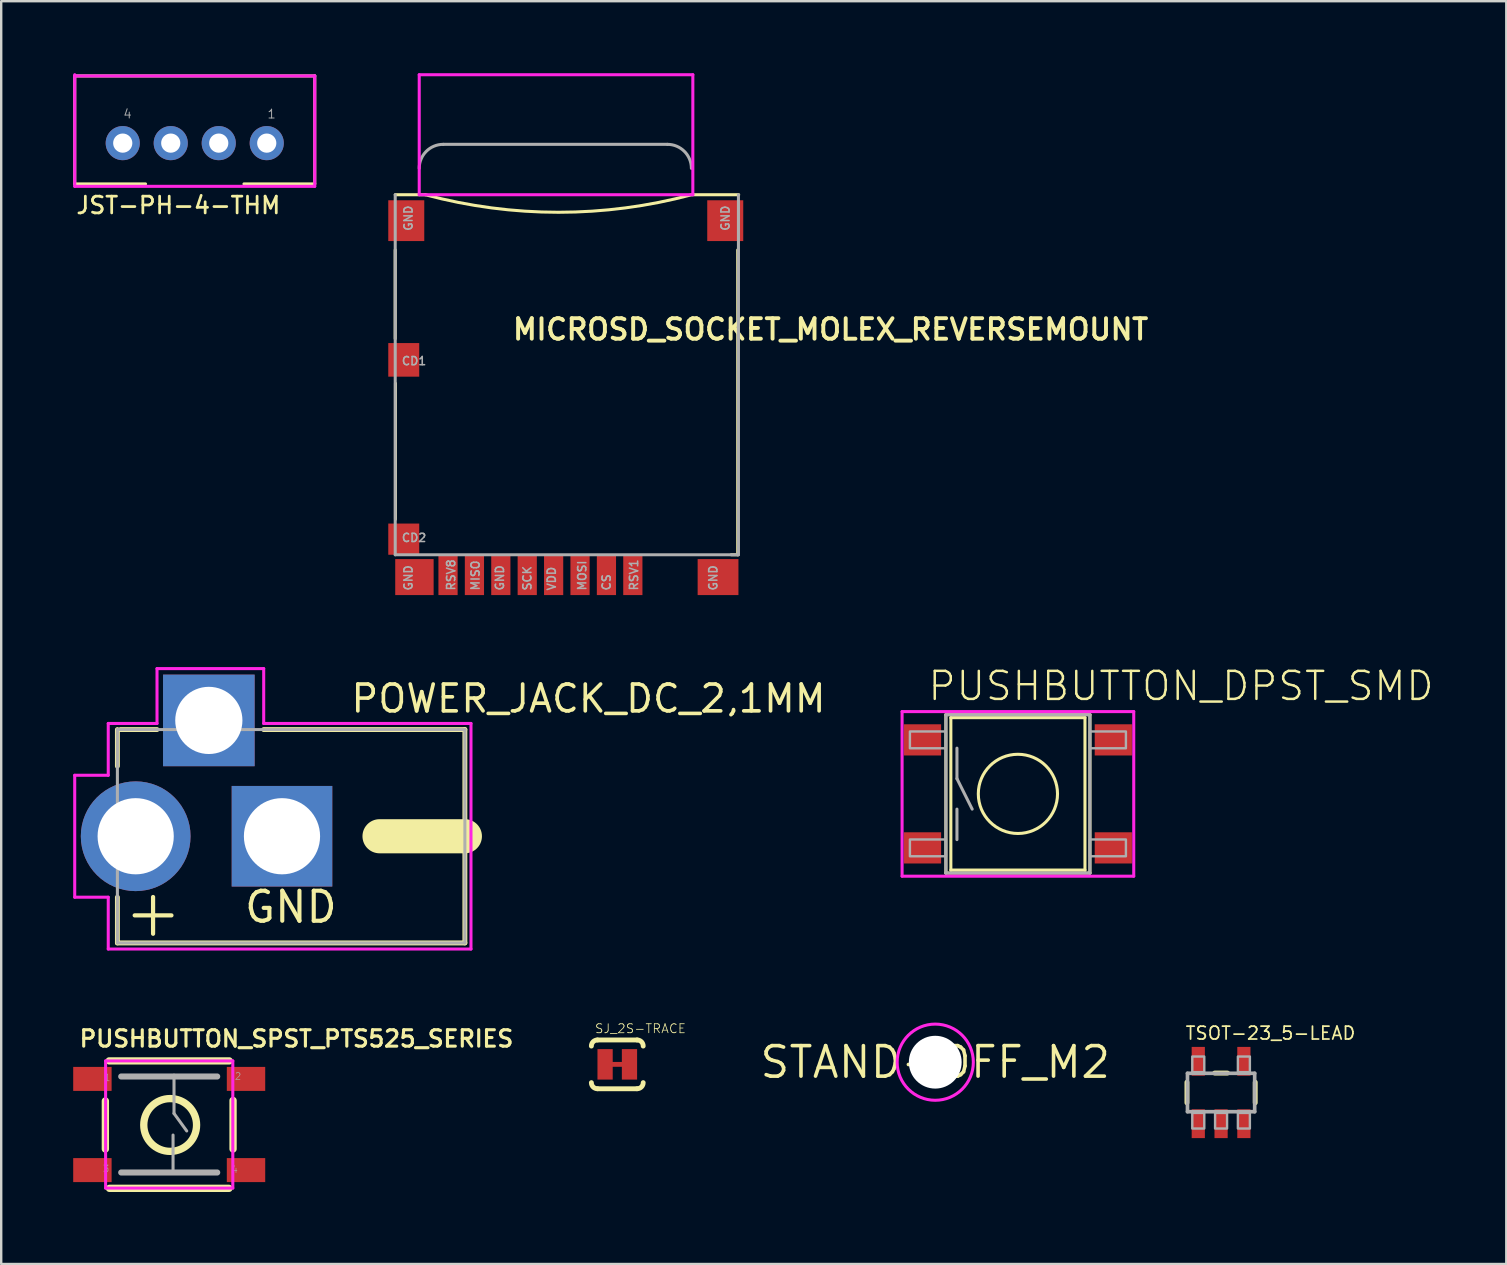
<source format=kicad_pcb>
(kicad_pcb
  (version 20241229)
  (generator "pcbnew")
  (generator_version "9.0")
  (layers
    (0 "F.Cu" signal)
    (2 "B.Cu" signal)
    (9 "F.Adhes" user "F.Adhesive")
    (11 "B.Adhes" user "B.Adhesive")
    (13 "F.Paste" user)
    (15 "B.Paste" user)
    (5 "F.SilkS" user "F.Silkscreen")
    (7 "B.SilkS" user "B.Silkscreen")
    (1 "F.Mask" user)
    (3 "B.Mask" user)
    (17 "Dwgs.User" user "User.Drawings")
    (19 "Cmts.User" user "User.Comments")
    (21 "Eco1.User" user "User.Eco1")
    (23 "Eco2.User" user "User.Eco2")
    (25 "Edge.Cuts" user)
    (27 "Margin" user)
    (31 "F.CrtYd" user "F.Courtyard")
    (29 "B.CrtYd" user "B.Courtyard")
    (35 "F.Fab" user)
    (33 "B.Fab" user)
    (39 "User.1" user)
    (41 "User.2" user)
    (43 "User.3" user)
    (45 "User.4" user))
  (footprint "SJ_2S-TRACE"
    (layer "F.Cu")
    (at 22.669 41.296)
    (property "Reference" "SJ_2S-TRACE" (at -0.953 -1.27 0) (layer "F.SilkS") (effects (font (size 0.374 0.374) (thickness 0.033)) (justify left bottom)))
    (fp_line (start -0.381 0) (end 0.381 0) (stroke (width 0.203) (type solid)) (layer "F.Cu"))
    (fp_poly (pts (xy -0.254 0.254) (xy 0.254 0.254) (xy 0.254 -0.254) (xy -0.254 -0.254)) (stroke (width 0) (type solid)) (fill yes) (layer "F.Mask"))
    (fp_line (start -0.826 -1.016) (end 0.826 -1.016) (stroke (width 0.203) (type solid)) (layer "F.SilkS"))
    (fp_line (start 0.826 1.016) (end -0.826 1.016) (stroke (width 0.203) (type solid)) (layer "F.SilkS"))
    (fp_arc (start -1.0795 -0.762) (mid -1.005105 -0.941605) (end -0.8255 -1.016) (stroke (width 0.2032) (type solid)) (layer "F.SilkS"))
    (fp_arc (start -0.8255 1.016) (mid -1.005105 0.941605) (end -1.0795 0.762) (stroke (width 0.2032) (type solid)) (layer "F.SilkS"))
    (fp_arc (start 0.8255 -1.016) (mid 1.005105 -0.941605) (end 1.0795 -0.762) (stroke (width 0.2032) (type solid)) (layer "F.SilkS"))
    (fp_arc (start 1.0795 0.762) (mid 1.005105 0.941605) (end 0.8255 1.016) (stroke (width 0.2032) (type solid)) (layer "F.SilkS"))
    (pad "1" smd rect (at -0.508 0) (size 0.635 1.27) (layers "F.Cu" "F.Mask"))
    (pad "2" smd rect (at 0.508 0) (size 0.635 1.27) (layers "F.Cu" "F.Mask")))
  (footprint "TSOT-23_5-LEAD"
    (layer "F.Cu")
    (at 47.826 42.469)
    (property "Reference" "TSOT-23_5-LEAD" (at -1.524 -2.159 0) (layer "F.SilkS") (effects (font (size 0.536 0.536) (thickness 0.073)) (justify left bottom)))
    (fp_line (start -1.422 0.429) (end -1.422 -0.429) (stroke (width 0.203) (type solid)) (layer "F.SilkS"))
    (fp_line (start -0.268 -0.81) (end 0.268 -0.81) (stroke (width 0.203) (type solid)) (layer "F.SilkS"))
    (fp_line (start 1.422 -0.429) (end 1.422 0.429) (stroke (width 0.203) (type solid)) (layer "F.SilkS"))
    (fp_line (start -1.4 -0.8) (end -1.4 0.8) (stroke (width 0.152) (type solid)) (layer "F.Fab"))
    (fp_line (start -1.4 -0.8) (end 1.4 -0.8) (stroke (width 0.152) (type solid)) (layer "F.Fab"))
    (fp_line (start 1.4 -0.8) (end 1.4 0.8) (stroke (width 0.152) (type solid)) (layer "F.Fab"))
    (fp_line (start 1.4 0.8) (end -1.4 0.8) (stroke (width 0.152) (type solid)) (layer "F.Fab"))
    (fp_poly (pts (xy -1.2 -0.85) (xy -0.7 -0.85) (xy -0.7 -1.5) (xy -1.2 -1.5)) (stroke (width 0.1) (type solid)) (fill no) (layer "F.Fab"))
    (fp_poly (pts (xy -1.2 1.5) (xy -0.7 1.5) (xy -0.7 0.85) (xy -1.2 0.85)) (stroke (width 0.1) (type solid)) (fill no) (layer "F.Fab"))
    (fp_poly (pts (xy -0.25 1.5) (xy 0.25 1.5) (xy 0.25 0.85) (xy -0.25 0.85)) (stroke (width 0.1) (type solid)) (fill no) (layer "F.Fab"))
    (fp_poly (pts (xy 0.7 -0.85) (xy 1.2 -0.85) (xy 1.2 -1.5) (xy 0.7 -1.5)) (stroke (width 0.1) (type solid)) (fill no) (layer "F.Fab"))
    (fp_poly (pts (xy 0.7 1.5) (xy 1.2 1.5) (xy 1.2 0.85) (xy 0.7 0.85)) (stroke (width 0.1) (type solid)) (fill no) (layer "F.Fab"))
    (pad "1" smd rect (at -0.95 1.3) (size 0.55 1.2) (layers "F.Cu" "F.Mask" "F.Paste"))
    (pad "2" smd rect (at 0 1.3) (size 0.55 1.2) (layers "F.Cu" "F.Mask" "F.Paste"))
    (pad "3" smd rect (at 0.95 1.3) (size 0.55 1.2) (layers "F.Cu" "F.Mask" "F.Paste"))
    (pad "4" smd rect (at 0.95 -1.3) (size 0.55 1.2) (layers "F.Cu" "F.Mask" "F.Paste"))
    (pad "5" smd rect (at -0.95 -1.3) (size 0.55 1.2) (layers "F.Cu" "F.Mask" "F.Paste")))
  (footprint "JST-PH-4-THM"
    (layer "F.Cu")
    (at 5.064 2.913)
    (property "Reference" "JST-PH-4-THM" (at -5 3 0) (layer "F.SilkS") (effects (font (size 0.699 0.699) (thickness 0.114)) (justify left bottom)))
    (fp_line (start -5 -2.8) (end 5 -2.8) (stroke (width 0.127) (type solid)) (layer "F.SilkS"))
    (fp_line (start -5 1.7) (end -5 -2.8) (stroke (width 0.127) (type solid)) (layer "F.SilkS"))
    (fp_line (start -2.05 1.7) (end -5 1.7) (stroke (width 0.127) (type solid)) (layer "F.SilkS"))
    (fp_line (start 5 -2.8) (end 5 1.7) (stroke (width 0.127) (type solid)) (layer "F.SilkS"))
    (fp_line (start 5 1.7) (end 2.05 1.7) (stroke (width 0.127) (type solid)) (layer "F.SilkS"))
    (fp_line (start -5 -2.8) (end 5 -2.8) (stroke (width 0.127) (type solid)) (layer "F.CrtYd"))
    (fp_line (start -5 1.8) (end -5 -2.85) (stroke (width 0.127) (type solid)) (layer "F.CrtYd"))
    (fp_line (start 5 -2.8) (end 5 1.8) (stroke (width 0.127) (type solid)) (layer "F.CrtYd"))
    (fp_line (start 5 1.8) (end -5 1.8) (stroke (width 0.127) (type solid)) (layer "F.CrtYd"))
    (fp_text user "4" (at -3 -1 0) (layer "F.Fab") (effects (font (size 0.366 0.366) (thickness 0.041)) (justify left bottom)))
    (fp_text user "1" (at 3 -1 0) (layer "F.Fab") (effects (font (size 0.366 0.366) (thickness 0.041)) (justify left bottom)))
    (pad "1" thru_hole circle (at 3 0 180) (size 1.422 1.422) (drill 0.8) (layers "*.Cu" "*.Mask"))
    (pad "2" thru_hole circle (at 1 0 180) (size 1.422 1.422) (drill 0.8) (layers "*.Cu" "*.Mask"))
    (pad "3" thru_hole circle (at -1 0 180) (size 1.422 1.422) (drill 0.8) (layers "*.Cu" "*.Mask"))
    (pad "4" thru_hole circle (at -3 0 180) (size 1.422 1.422) (drill 0.8) (layers "*.Cu" "*.Mask")))
  (footprint "PUSHBUTTON_DPST_SMD"
    (layer "F.Cu")
    (at 39.361 30.027)
    (property "Reference" "PUSHBUTTON_DPST_SMD" (at -3.81 -3.81 0) (layer "F.SilkS") (effects (font (size 1.168 1.168) (thickness 0.102)) (justify left bottom)))
    (fp_line (start -3 -3.3) (end 3 -3.3) (stroke (width 0.127) (type solid)) (layer "F.SilkS"))
    (fp_line (start -3 3.3) (end -3 -3.3) (stroke (width 0.127) (type solid)) (layer "F.SilkS"))
    (fp_line (start -2.794 -3.175) (end 2.794 -3.175) (stroke (width 0.127) (type solid)) (layer "F.SilkS"))
    (fp_line (start -2.794 3.175) (end -2.794 -3.175) (stroke (width 0.127) (type solid)) (layer "F.SilkS"))
    (fp_line (start 2.794 -3.175) (end 2.794 3.175) (stroke (width 0.127) (type solid)) (layer "F.SilkS"))
    (fp_line (start 2.794 3.175) (end -2.794 3.175) (stroke (width 0.127) (type solid)) (layer "F.SilkS"))
    (fp_line (start 3 -3.3) (end 3 3.3) (stroke (width 0.127) (type solid)) (layer "F.SilkS"))
    (fp_line (start 3 3.3) (end -3 3.3) (stroke (width 0.127) (type solid)) (layer "F.SilkS"))
    (fp_circle (center 0 0) (end 1.65 0) (stroke (width 0.127) (type solid)) (fill no) (layer "F.SilkS"))
    (fp_line (start -4.826 -3.429) (end 4.826 -3.429) (stroke (width 0.127) (type solid)) (layer "F.CrtYd"))
    (fp_line (start -4.826 3.429) (end -4.826 -3.429) (stroke (width 0.127) (type solid)) (layer "F.CrtYd"))
    (fp_line (start 4.826 -3.429) (end 4.826 3.429) (stroke (width 0.127) (type solid)) (layer "F.CrtYd"))
    (fp_line (start 4.826 3.429) (end -4.826 3.429) (stroke (width 0.127) (type solid)) (layer "F.CrtYd"))
    (fp_line (start -3 -3.3) (end -3 3.3) (stroke (width 0.127) (type solid)) (layer "F.Fab"))
    (fp_line (start -3 3.3) (end 3 3.3) (stroke (width 0.127) (type solid)) (layer "F.Fab"))
    (fp_line (start -2.54 -1.905) (end -2.54 -0.635) (stroke (width 0.127) (type solid)) (layer "F.Fab"))
    (fp_line (start -2.54 -0.635) (end -1.905 0.635) (stroke (width 0.127) (type solid)) (layer "F.Fab"))
    (fp_line (start -2.54 1.905) (end -2.54 0.635) (stroke (width 0.127) (type solid)) (layer "F.Fab"))
    (fp_line (start 3 -3.3) (end -3 -3.3) (stroke (width 0.127) (type solid)) (layer "F.Fab"))
    (fp_line (start 3 3.3) (end 3 -3.3) (stroke (width 0.127) (type solid)) (layer "F.Fab"))
    (fp_poly (pts (xy -4.5 -1.9) (xy -3 -1.9) (xy -3 -2.6) (xy -4.5 -2.6)) (stroke (width 0.1) (type solid)) (fill no) (layer "F.Fab"))
    (fp_poly (pts (xy -4.5 2.6) (xy -3 2.6) (xy -3 1.9) (xy -4.5 1.9)) (stroke (width 0.1) (type solid)) (fill no) (layer "F.Fab"))
    (fp_poly (pts (xy 3 -1.9) (xy 4.5 -1.9) (xy 4.5 -2.6) (xy 3 -2.6)) (stroke (width 0.1) (type solid)) (fill no) (layer "F.Fab"))
    (fp_poly (pts (xy 3 2.6) (xy 4.5 2.6) (xy 4.5 1.9) (xy 3 1.9)) (stroke (width 0.1) (type solid)) (fill no) (layer "F.Fab"))
    (pad "P" smd rect (at 3.975 2.25) (size 1.55 1.3) (layers "F.Cu" "F.Mask" "F.Paste"))
    (pad "P$1" smd rect (at -3.975 2.25) (size 1.55 1.3) (layers "F.Cu" "F.Mask" "F.Paste"))
    (pad "S" smd rect (at 3.975 -2.25) (size 1.55 1.3) (layers "F.Cu" "F.Mask" "F.Paste"))
    (pad "S$1" smd rect (at -3.975 -2.25) (size 1.55 1.3) (layers "F.Cu" "F.Mask" "F.Paste")))
  (footprint "POWER_JACK_DC_2,1MM"
    (layer "F.Cu")
    (at 2.603 31.792)
    (property "Reference" "POWER_JACK_DC_2,1MM" (at 8.89 -5.08 0) (layer "F.SilkS") (effects (font (size 1.118 1.118) (thickness 0.152)) (justify left bottom)))
    (fp_line (start -0.762 -4.445) (end -0.762 -2.921) (stroke (width 0.203) (type solid)) (layer "F.SilkS"))
    (fp_line (start -0.762 2.54) (end -0.762 4.445) (stroke (width 0.203) (type solid)) (layer "F.SilkS"))
    (fp_line (start -0.762 4.445) (end 13.716 4.445) (stroke (width 0.203) (type solid)) (layer "F.SilkS"))
    (fp_line (start -0.635 -4.445) (end 0.889 -4.445) (stroke (width 0.203) (type solid)) (layer "F.SilkS"))
    (fp_line (start 10.16 0) (end 13.716 0) (stroke (width 1.422) (type solid)) (layer "F.SilkS"))
    (fp_line (start 13.716 -4.445) (end 5.334 -4.445) (stroke (width 0.203) (type solid)) (layer "F.SilkS"))
    (fp_line (start 13.716 0) (end 13.716 -4.445) (stroke (width 0.203) (type solid)) (layer "F.SilkS"))
    (fp_line (start 13.716 4.445) (end 13.716 0) (stroke (width 0.203) (type solid)) (layer "F.SilkS"))
    (fp_line (start -2.54 -2.54) (end -1.143 -2.54) (stroke (width 0.127) (type solid)) (layer "F.CrtYd"))
    (fp_line (start -2.54 2.54) (end -2.54 -2.54) (stroke (width 0.127) (type solid)) (layer "F.CrtYd"))
    (fp_line (start -2.54 2.54) (end -1.143 2.54) (stroke (width 0.127) (type solid)) (layer "F.CrtYd"))
    (fp_line (start -1.143 -4.699) (end 0.889 -4.699) (stroke (width 0.127) (type solid)) (layer "F.CrtYd"))
    (fp_line (start -1.143 -2.54) (end -1.143 -4.699) (stroke (width 0.127) (type solid)) (layer "F.CrtYd"))
    (fp_line (start -1.143 2.54) (end -1.143 4.699) (stroke (width 0.127) (type solid)) (layer "F.CrtYd"))
    (fp_line (start 0.889 -6.985) (end 5.334 -6.985) (stroke (width 0.127) (type solid)) (layer "F.CrtYd"))
    (fp_line (start 0.889 -4.699) (end 0.889 -6.985) (stroke (width 0.127) (type solid)) (layer "F.CrtYd"))
    (fp_line (start 5.334 -6.985) (end 5.334 -4.699) (stroke (width 0.127) (type solid)) (layer "F.CrtYd"))
    (fp_line (start 5.334 -4.699) (end 13.97 -4.699) (stroke (width 0.127) (type solid)) (layer "F.CrtYd"))
    (fp_line (start 13.97 -4.699) (end 13.97 4.699) (stroke (width 0.127) (type solid)) (layer "F.CrtYd"))
    (fp_line (start 13.97 4.699) (end -1.143 4.699) (stroke (width 0.127) (type solid)) (layer "F.CrtYd"))
    (fp_line (start -0.762 -4.445) (end 13.716 -4.445) (stroke (width 0.127) (type solid)) (layer "F.Fab"))
    (fp_line (start -0.762 4.445) (end -0.762 -4.445) (stroke (width 0.127) (type solid)) (layer "F.Fab"))
    (fp_line (start 13.716 -4.445) (end 13.716 4.445) (stroke (width 0.127) (type solid)) (layer "F.Fab"))
    (fp_line (start 13.716 4.445) (end -0.762 4.445) (stroke (width 0.127) (type solid)) (layer "F.Fab"))
    (fp_text user "GND" (at 4.445 3.683 0) (layer "F.SilkS") (effects (font (size 1.252 1.252) (thickness 0.171)) (justify left bottom)))
    (fp_text user "+" (at -0.635 4.318 0) (layer "F.SilkS") (effects (font (size 2.01 2.01) (thickness 0.175)) (justify left bottom)))
    (pad "P$1" thru_hole circle (at 0 0 90) (size 4.572 4.572) (drill 3.175) (layers "*.Cu" "*.Mask"))
    (pad "P$2" thru_hole rect (at 6.096 0) (size 4.191 4.191) (drill 3.175) (layers "*.Cu" "*.Mask"))
    (pad "P$3" thru_hole rect (at 3.048 -4.826) (size 3.816 3.816) (drill 2.8) (layers "*.Cu" "*.Mask")))
  (footprint "PUSHBUTTON_SPST_PTS525_SERIES"
    (layer "F.Cu")
    (at 4 43.802)
    (property "Reference" "PUSHBUTTON_SPST_PTS525_SERIES" (at -3.81 -3.175 0) (layer "F.SilkS") (effects (font (size 0.683 0.683) (thickness 0.13)) (justify left bottom)))
    (fp_line (start -2.66 1.02) (end -2.66 -0.98) (stroke (width 0.305) (type solid)) (layer "F.SilkS"))
    (fp_line (start -2.5 -2.65) (end 2.5 -2.65) (stroke (width 0.305) (type solid)) (layer "F.SilkS"))
    (fp_line (start -2.49 2.66) (end 2.49 2.66) (stroke (width 0.305) (type solid)) (layer "F.SilkS"))
    (fp_line (start 2.5 -2.65) (end 2.5 -2.64) (stroke (width 0.127) (type solid)) (layer "F.SilkS"))
    (fp_line (start 2.66 1.02) (end 2.66 -1) (stroke (width 0.305) (type solid)) (layer "F.SilkS"))
    (fp_circle (center 0.04 0.02) (end 1.14 0.02) (stroke (width 0.305) (type solid)) (fill no) (layer "F.SilkS"))
    (fp_line (start -2.65 -2.65) (end 2.65 -2.65) (stroke (width 0.127) (type solid)) (layer "F.CrtYd"))
    (fp_line (start -2.65 2.65) (end -2.65 -2.65) (stroke (width 0.127) (type solid)) (layer "F.CrtYd"))
    (fp_line (start 2.65 -2.65) (end 2.65 2.65) (stroke (width 0.127) (type solid)) (layer "F.CrtYd"))
    (fp_line (start 2.65 2.65) (end -2.65 2.65) (stroke (width 0.127) (type solid)) (layer "F.CrtYd"))
    (fp_line (start -2 -2) (end 2 -2) (stroke (width 0.254) (type solid)) (layer "F.Fab"))
    (fp_line (start -2 2) (end 2 2) (stroke (width 0.254) (type solid)) (layer "F.Fab"))
    (fp_line (start 0.16 2.01) (end 0.16 0.44) (stroke (width 0.127) (type solid)) (layer "F.Fab"))
    (fp_line (start 0.2 -2.055) (end 0.2 -0.46) (stroke (width 0.127) (type solid)) (layer "F.Fab"))
    (fp_line (start 0.2 -0.46) (end 0.73 0.27) (stroke (width 0.127) (type solid)) (layer "F.Fab"))
    (fp_text user "2" (at 2.72 -1.845 0) (layer "F.Fab") (effects (font (size 0.28 0.28) (thickness 0.024)) (justify left bottom)))
    (fp_text user "1" (at -2.73 -1.785 0) (layer "F.Fab") (effects (font (size 0.28 0.28) (thickness 0.024)) (justify left bottom)))
    (fp_text user "4" (at 2.58 2.04 0) (layer "F.Fab") (effects (font (size 0.28 0.28) (thickness 0.024)) (justify left bottom)))
    (fp_text user "3" (at -2.78 2.005 0) (layer "F.Fab") (effects (font (size 0.28 0.28) (thickness 0.024)) (justify left bottom)))
    (pad "P$1" smd rect (at -3.2 -1.9) (size 1.6 1) (layers "F.Cu" "F.Mask" "F.Paste"))
    (pad "P$2" smd rect (at 3.2 -1.9) (size 1.6 1) (layers "F.Cu" "F.Mask" "F.Paste"))
    (pad "P$3" smd rect (at -3.2 1.9) (size 1.6 1) (layers "F.Cu" "F.Mask" "F.Paste"))
    (pad "P$4" smd rect (at 3.2 1.9) (size 1.6 1) (layers "F.Cu" "F.Mask" "F.Paste")))
  (footprint "STAND-OFF_M2"
    (layer "F.Cu")
    (at 35.917 41.206)
    (property "Reference" "STAND-OFF_M2" (at 0 0 0) (layer "F.SilkS") (effects (font (size 1.27 1.27) (thickness 0.15))))
    (fp_circle (center 0 0) (end 1.587 0) (stroke (width 0.127) (type solid)) (fill no) (layer "F.CrtYd"))
    (pad "" np_thru_hole circle (at 0 0) (size 2.2 2.2) (drill 2.2) (layers "*.Cu" "*.Mask")))
  (footprint "MICROSD_SOCKET_MOLEX_REVERSEMOUNT"
    (layer "F.Cu")
    (at 14.417 20.064)
    (property "Reference" "MICROSD_SOCKET_MOLEX_REVERSEMOUNT" (at 3.81 -8.89 0) (layer "F.SilkS") (effects (font (size 0.853 0.853) (thickness 0.163)) (justify left bottom)))
    (fp_line (start -1 -15) (end 0.254 -15) (stroke (width 0.127) (type solid)) (layer "F.SilkS"))
    (fp_line (start -1 -9) (end -1 -12.7) (stroke (width 0.127) (type solid)) (layer "F.SilkS"))
    (fp_line (start -0.99 -1.48) (end -0.99 -7.14) (stroke (width 0.127) (type solid)) (layer "F.SilkS"))
    (fp_line (start 11.38 -15) (end 13.31 -15) (stroke (width 0.127) (type solid)) (layer "F.SilkS"))
    (fp_line (start 13 0) (end 13.27 0) (stroke (width 0.127) (type solid)) (layer "F.SilkS"))
    (fp_line (start 13.27 0) (end 13.27 -12.7) (stroke (width 0.127) (type solid)) (layer "F.SilkS"))
    (fp_arc (start 11.35 -15) (mid 5.802 -14.269592) (end 0.254 -15) (stroke (width 0.127) (type solid)) (layer "F.SilkS"))
    (fp_line (start 0 -20) (end 11.4 -20) (stroke (width 0.127) (type solid)) (layer "F.CrtYd"))
    (fp_line (start 0 -15) (end 0 -20) (stroke (width 0.127) (type solid)) (layer "F.CrtYd"))
    (fp_line (start 11.4 -20) (end 11.4 -15) (stroke (width 0.127) (type solid)) (layer "F.CrtYd"))
    (fp_line (start 11.4 -15) (end 0 -15) (stroke (width 0.127) (type solid)) (layer "F.CrtYd"))
    (fp_line (start -1 0) (end -1 -15) (stroke (width 0.127) (type solid)) (layer "F.Fab"))
    (fp_line (start -1 0) (end 13.3 0) (stroke (width 0.127) (type solid)) (layer "F.Fab"))
    (fp_line (start 1 -17.1) (end 10.34 -17.1) (stroke (width 0.127) (type solid)) (layer "F.Fab"))
    (fp_line (start 13.3 0) (end 13.3 -15) (stroke (width 0.127) (type solid)) (layer "F.Fab"))
    (fp_arc (start 0 -16.1) (mid 0.292893 -16.807107) (end 1 -17.1) (stroke (width 0.127) (type solid)) (layer "F.Fab"))
    (fp_arc (start 10.34 -17.1) (mid 11.047107 -16.807107) (end 11.34 -16.1) (stroke (width 0.127) (type solid)) (layer "F.Fab"))
    (fp_text user "GND" (at 12.446 1.524 90) (layer "F.Fab") (effects (font (size 0.341 0.341) (thickness 0.065)) (justify left bottom)))
    (fp_text user "GND" (at -0.254 -13.462 90) (layer "F.Fab") (effects (font (size 0.341 0.341) (thickness 0.065)) (justify left bottom)))
    (fp_text user "MISO" (at 2.54 1.524 90) (layer "F.Fab") (effects (font (size 0.341 0.341) (thickness 0.065)) (justify left bottom)))
    (fp_text user "RSV8" (at 1.524 1.524 90) (layer "F.Fab") (effects (font (size 0.341 0.341) (thickness 0.065)) (justify left bottom)))
    (fp_text user "VDD" (at 5.715 1.524 90) (layer "F.Fab") (effects (font (size 0.341 0.341) (thickness 0.065)) (justify left bottom)))
    (fp_text user "GND" (at 3.556 1.524 90) (layer "F.Fab") (effects (font (size 0.341 0.341) (thickness 0.065)) (justify left bottom)))
    (fp_text user "RSV1" (at 9.144 1.524 90) (layer "F.Fab") (effects (font (size 0.341 0.341) (thickness 0.065)) (justify left bottom)))
    (fp_text user "MOSI" (at 6.985 1.524 90) (layer "F.Fab") (effects (font (size 0.341 0.341) (thickness 0.065)) (justify left bottom)))
    (fp_text user "CD1" (at -0.762 -7.874 0) (layer "F.Fab") (effects (font (size 0.341 0.341) (thickness 0.065)) (justify left bottom)))
    (fp_text user "GND" (at -0.254 1.524 90) (layer "F.Fab") (effects (font (size 0.341 0.341) (thickness 0.065)) (justify left bottom)))
    (fp_text user "CD2" (at -0.762 -0.508 0) (layer "F.Fab") (effects (font (size 0.341 0.341) (thickness 0.065)) (justify left bottom)))
    (fp_text user "GND" (at 12.954 -13.462 90) (layer "F.Fab") (effects (font (size 0.341 0.341) (thickness 0.065)) (justify left bottom)))
    (fp_text user "SCK" (at 4.699 1.524 90) (layer "F.Fab") (effects (font (size 0.341 0.341) (thickness 0.065)) (justify left bottom)))
    (fp_text user "CS" (at 8.001 1.524 90) (layer "F.Fab") (effects (font (size 0.341 0.341) (thickness 0.065)) (justify left bottom)))
    (pad "CARD_DETECT1" smd rect (at -0.645 -8.12) (size 1.29 1.4) (layers "F.Cu" "F.Mask" "F.Paste"))
    (pad "CARD_DETECT2" smd rect (at -0.645 -0.65) (size 1.29 1.3) (layers "F.Cu" "F.Mask" "F.Paste"))
    (pad "CS2" smd rect (at 7.8 0.84) (size 0.8 1.68) (layers "F.Cu" "F.Mask" "F.Paste"))
    (pad "GND6" smd rect (at 3.4 0.84) (size 0.8 1.68) (layers "F.Cu" "F.Mask" "F.Paste"))
    (pad "MISO7" smd rect (at 2.3 0.84) (size 0.8 1.68) (layers "F.Cu" "F.Mask" "F.Paste"))
    (pad "MNT1" smd rect (at -0.2 0.93 180) (size 1.6 1.5) (layers "F.Cu" "F.Mask" "F.Paste"))
    (pad "MNT2" smd rect (at 12.45 0.93) (size 1.7 1.5) (layers "F.Cu" "F.Mask" "F.Paste"))
    (pad "MNT3" smd rect (at -0.54 -13.92) (size 1.5 1.7) (layers "F.Cu" "F.Mask" "F.Paste"))
    (pad "MNT4" smd rect (at 12.75 -13.92) (size 1.5 1.7) (layers "F.Cu" "F.Mask" "F.Paste"))
    (pad "MOSI3" smd rect (at 6.7 0.84) (size 0.8 1.68) (layers "F.Cu" "F.Mask" "F.Paste"))
    (pad "NC1" smd rect (at 8.9 0.84) (size 0.8 1.68) (layers "F.Cu" "F.Mask" "F.Paste"))
    (pad "RES8" smd rect (at 1.2 0.84) (size 0.8 1.68) (layers "F.Cu" "F.Mask" "F.Paste"))
    (pad "SCK5" smd rect (at 4.5 0.84) (size 0.8 1.68) (layers "F.Cu" "F.Mask" "F.Paste"))
    (pad "VDD4" smd rect (at 5.6 0.84) (size 0.8 1.68) (layers "F.Cu" "F.Mask" "F.Paste")))
  (gr_rect
    (start -3 -3)
    (end 59.709 49.615)
    (stroke (width 0.1) (type default))
    (fill no)
    (layer "Edge.Cuts")))
</source>
